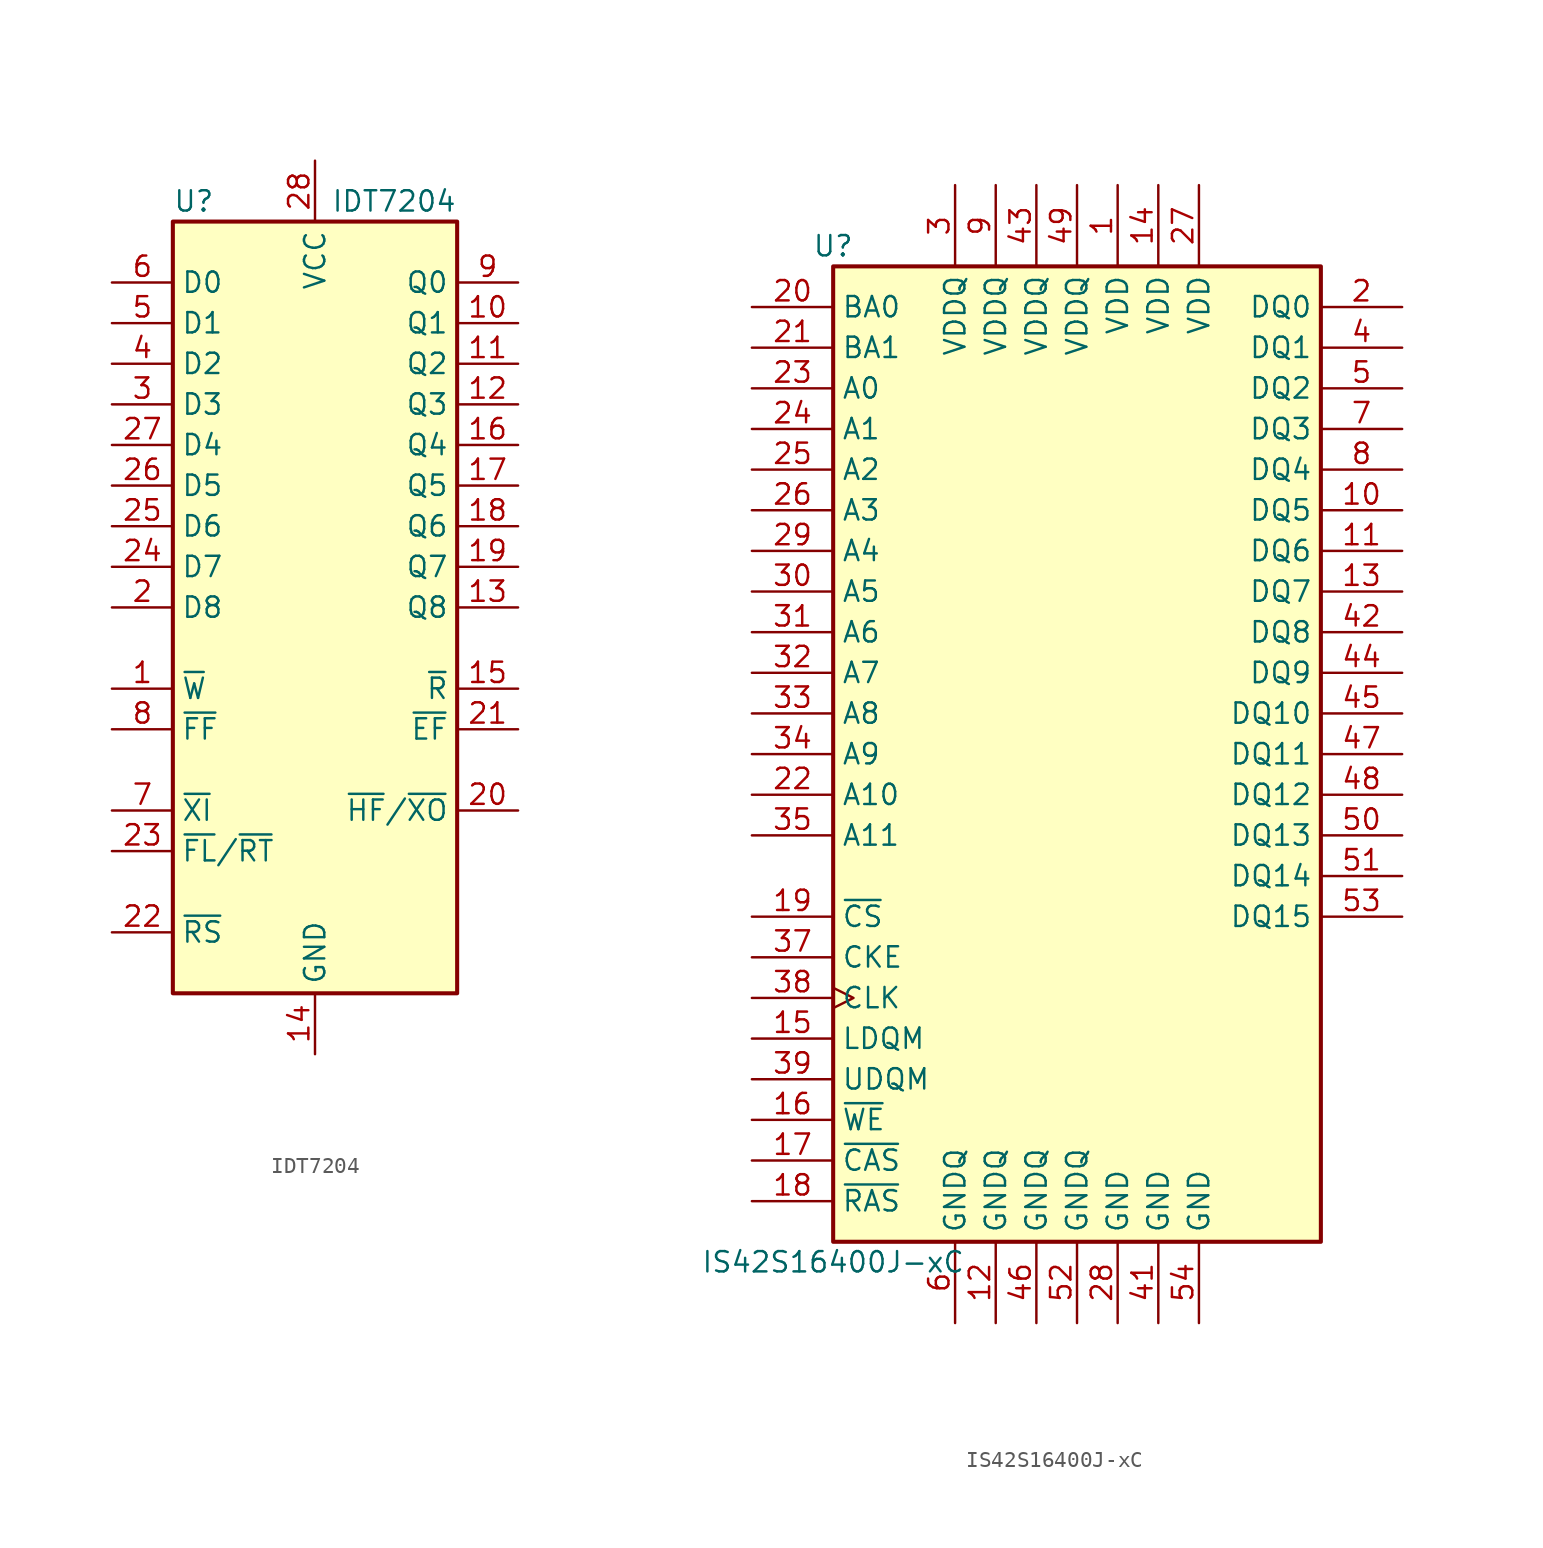
<source format=kicad_sym>
(kicad_symbol_lib
  (version 20201005)
  (generator kicad_symbol_editor)
  (symbol "IDT7204"
    (property "Reference" "U"
      (at -8.89 25.4 0)
      (effects (font (size 1.27 1.27)) (justify left)))
    (property "Value" "IDT7204"
      (at 8.89 25.4 0)
      (effects (font (size 1.27 1.27)) (justify right)))
    (symbol "IDT7204_0_1"
      (rectangle (start -8.89 24.13) (end 8.89 -24.13) (stroke (width 0.254)) (fill (type background)))
      (pin input line (at -12.7 -5.08 0) (length 3.81) (name "~W~" (effects (font (size 1.27 1.27)))) (number "1" (effects (font (size 1.27 1.27)))))
      (pin output line (at 12.7 17.78 180) (length 3.81) (name "Q1" (effects (font (size 1.27 1.27)))) (number "10" (effects (font (size 1.27 1.27)))))
      (pin output line (at 12.7 15.24 180) (length 3.81) (name "Q2" (effects (font (size 1.27 1.27)))) (number "11" (effects (font (size 1.27 1.27)))))
      (pin output line (at 12.7 12.7 180) (length 3.81) (name "Q3" (effects (font (size 1.27 1.27)))) (number "12" (effects (font (size 1.27 1.27)))))
      (pin output line (at 12.7 0 180) (length 3.81) (name "Q8" (effects (font (size 1.27 1.27)))) (number "13" (effects (font (size 1.27 1.27)))))
      (pin power_in line (at 0 -27.94 90) (length 3.81) (name "GND" (effects (font (size 1.27 1.27)))) (number "14" (effects (font (size 1.27 1.27)))))
      (pin input line (at 12.7 -5.08 180) (length 3.81) (name "~R~" (effects (font (size 1.27 1.27)))) (number "15" (effects (font (size 1.27 1.27)))))
      (pin output line (at 12.7 10.16 180) (length 3.81) (name "Q4" (effects (font (size 1.27 1.27)))) (number "16" (effects (font (size 1.27 1.27)))))
      (pin output line (at 12.7 7.62 180) (length 3.81) (name "Q5" (effects (font (size 1.27 1.27)))) (number "17" (effects (font (size 1.27 1.27)))))
      (pin output line (at 12.7 5.08 180) (length 3.81) (name "Q6" (effects (font (size 1.27 1.27)))) (number "18" (effects (font (size 1.27 1.27)))))
      (pin output line (at 12.7 2.54 180) (length 3.81) (name "Q7" (effects (font (size 1.27 1.27)))) (number "19" (effects (font (size 1.27 1.27)))))
      (pin input line (at -12.7 0 0) (length 3.81) (name "D8" (effects (font (size 1.27 1.27)))) (number "2" (effects (font (size 1.27 1.27)))))
      (pin output line (at 12.7 -12.7 180) (length 3.81) (name "~HF~/~XO~" (effects (font (size 1.27 1.27)))) (number "20" (effects (font (size 1.27 1.27)))))
      (pin output line (at 12.7 -7.62 180) (length 3.81) (name "~EF~" (effects (font (size 1.27 1.27)))) (number "21" (effects (font (size 1.27 1.27)))))
      (pin input line (at -12.7 -20.32 0) (length 3.81) (name "~RS~" (effects (font (size 1.27 1.27)))) (number "22" (effects (font (size 1.27 1.27)))))
      (pin input line (at -12.7 -15.24 0) (length 3.81) (name "~FL~/~RT~" (effects (font (size 1.27 1.27)))) (number "23" (effects (font (size 1.27 1.27)))))
      (pin input line (at -12.7 2.54 0) (length 3.81) (name "D7" (effects (font (size 1.27 1.27)))) (number "24" (effects (font (size 1.27 1.27)))))
      (pin input line (at -12.7 5.08 0) (length 3.81) (name "D6" (effects (font (size 1.27 1.27)))) (number "25" (effects (font (size 1.27 1.27)))))
      (pin input line (at -12.7 7.62 0) (length 3.81) (name "D5" (effects (font (size 1.27 1.27)))) (number "26" (effects (font (size 1.27 1.27)))))
      (pin input line (at -12.7 10.16 0) (length 3.81) (name "D4" (effects (font (size 1.27 1.27)))) (number "27" (effects (font (size 1.27 1.27)))))
      (pin power_in line (at 0 27.94 270) (length 3.81) (name "VCC" (effects (font (size 1.27 1.27)))) (number "28" (effects (font (size 1.27 1.27)))))
      (pin input line (at -12.7 12.7 0) (length 3.81) (name "D3" (effects (font (size 1.27 1.27)))) (number "3" (effects (font (size 1.27 1.27)))))
      (pin input line (at -12.7 15.24 0) (length 3.81) (name "D2" (effects (font (size 1.27 1.27)))) (number "4" (effects (font (size 1.27 1.27)))))
      (pin input line (at -12.7 17.78 0) (length 3.81) (name "D1" (effects (font (size 1.27 1.27)))) (number "5" (effects (font (size 1.27 1.27)))))
      (pin input line (at -12.7 20.32 0) (length 3.81) (name "D0" (effects (font (size 1.27 1.27)))) (number "6" (effects (font (size 1.27 1.27)))))
      (pin input line (at -12.7 -12.7 0) (length 3.81) (name "~XI~" (effects (font (size 1.27 1.27)))) (number "7" (effects (font (size 1.27 1.27)))))
      (pin output line (at -12.7 -7.62 0) (length 3.81) (name "~FF~" (effects (font (size 1.27 1.27)))) (number "8" (effects (font (size 1.27 1.27)))))
      (pin output line (at 12.7 20.32 180) (length 3.81) (name "Q0" (effects (font (size 1.27 1.27)))) (number "9" (effects (font (size 1.27 1.27)))))))
  (symbol "IS42S16400J-xC"
    (property "Reference" "U"
      (at -15.24 31.75 0)
      (effects (font (size 1.27 1.27))))
    (property "Value" "IS42S16400J-xC"
      (at -15.24 -31.75 0)
      (effects (font (size 1.27 1.27))))
    (symbol "IS42S16400J-xC_1_1"
      (rectangle (start -15.24 30.48) (end 15.24 -30.48) (stroke (width 0.254)) (fill (type background)))
      (pin power_in line (at 2.54 35.56 270) (length 5.08) (name "VDD" (effects (font (size 1.27 1.27)))) (number "1" (effects (font (size 1.27 1.27)))))
      (pin bidirectional line (at 20.32 15.24 180) (length 5.08) (name "DQ5" (effects (font (size 1.27 1.27)))) (number "10" (effects (font (size 1.27 1.27)))))
      (pin bidirectional line (at 20.32 12.7 180) (length 5.08) (name "DQ6" (effects (font (size 1.27 1.27)))) (number "11" (effects (font (size 1.27 1.27)))))
      (pin power_in line (at -5.08 -35.56 90) (length 5.08) (name "GNDQ" (effects (font (size 1.27 1.27)))) (number "12" (effects (font (size 1.27 1.27)))))
      (pin bidirectional line (at 20.32 10.16 180) (length 5.08) (name "DQ7" (effects (font (size 1.27 1.27)))) (number "13" (effects (font (size 1.27 1.27)))))
      (pin power_in line (at 5.08 35.56 270) (length 5.08) (name "VDD" (effects (font (size 1.27 1.27)))) (number "14" (effects (font (size 1.27 1.27)))))
      (pin input line (at -20.32 -17.78 0) (length 5.08) (name "LDQM" (effects (font (size 1.27 1.27)))) (number "15" (effects (font (size 1.27 1.27)))))
      (pin input line (at -20.32 -22.86 0) (length 5.08) (name "~WE" (effects (font (size 1.27 1.27)))) (number "16" (effects (font (size 1.27 1.27)))))
      (pin input line (at -20.32 -25.4 0) (length 5.08) (name "~CAS" (effects (font (size 1.27 1.27)))) (number "17" (effects (font (size 1.27 1.27)))))
      (pin input line (at -20.32 -27.94 0) (length 5.08) (name "~RAS" (effects (font (size 1.27 1.27)))) (number "18" (effects (font (size 1.27 1.27)))))
      (pin input line (at -20.32 -10.16 0) (length 5.08) (name "~CS" (effects (font (size 1.27 1.27)))) (number "19" (effects (font (size 1.27 1.27)))))
      (pin bidirectional line (at 20.32 27.94 180) (length 5.08) (name "DQ0" (effects (font (size 1.27 1.27)))) (number "2" (effects (font (size 1.27 1.27)))))
      (pin input line (at -20.32 27.94 0) (length 5.08) (name "BA0" (effects (font (size 1.27 1.27)))) (number "20" (effects (font (size 1.27 1.27)))))
      (pin input line (at -20.32 25.4 0) (length 5.08) (name "BA1" (effects (font (size 1.27 1.27)))) (number "21" (effects (font (size 1.27 1.27)))))
      (pin input line (at -20.32 -2.54 0) (length 5.08) (name "A10" (effects (font (size 1.27 1.27)))) (number "22" (effects (font (size 1.27 1.27)))))
      (pin input line (at -20.32 22.86 0) (length 5.08) (name "A0" (effects (font (size 1.27 1.27)))) (number "23" (effects (font (size 1.27 1.27)))))
      (pin input line (at -20.32 20.32 0) (length 5.08) (name "A1" (effects (font (size 1.27 1.27)))) (number "24" (effects (font (size 1.27 1.27)))))
      (pin input line (at -20.32 17.78 0) (length 5.08) (name "A2" (effects (font (size 1.27 1.27)))) (number "25" (effects (font (size 1.27 1.27)))))
      (pin input line (at -20.32 15.24 0) (length 5.08) (name "A3" (effects (font (size 1.27 1.27)))) (number "26" (effects (font (size 1.27 1.27)))))
      (pin power_in line (at 7.62 35.56 270) (length 5.08) (name "VDD" (effects (font (size 1.27 1.27)))) (number "27" (effects (font (size 1.27 1.27)))))
      (pin power_in line (at 2.54 -35.56 90) (length 5.08) (name "GND" (effects (font (size 1.27 1.27)))) (number "28" (effects (font (size 1.27 1.27)))))
      (pin input line (at -20.32 12.7 0) (length 5.08) (name "A4" (effects (font (size 1.27 1.27)))) (number "29" (effects (font (size 1.27 1.27)))))
      (pin power_in line (at -7.62 35.56 270) (length 5.08) (name "VDDQ" (effects (font (size 1.27 1.27)))) (number "3" (effects (font (size 1.27 1.27)))))
      (pin input line (at -20.32 10.16 0) (length 5.08) (name "A5" (effects (font (size 1.27 1.27)))) (number "30" (effects (font (size 1.27 1.27)))))
      (pin input line (at -20.32 7.62 0) (length 5.08) (name "A6" (effects (font (size 1.27 1.27)))) (number "31" (effects (font (size 1.27 1.27)))))
      (pin input line (at -20.32 5.08 0) (length 5.08) (name "A7" (effects (font (size 1.27 1.27)))) (number "32" (effects (font (size 1.27 1.27)))))
      (pin input line (at -20.32 2.54 0) (length 5.08) (name "A8" (effects (font (size 1.27 1.27)))) (number "33" (effects (font (size 1.27 1.27)))))
      (pin input line (at -20.32 0 0) (length 5.08) (name "A9" (effects (font (size 1.27 1.27)))) (number "34" (effects (font (size 1.27 1.27)))))
      (pin input line (at -20.32 -5.08 0) (length 5.08) (name "A11" (effects (font (size 1.27 1.27)))) (number "35" (effects (font (size 1.27 1.27)))))
      (pin no_connect line (at 15.24 -17.78 180) (length 5.08) hide (name "NC" (effects (font (size 1.27 1.27)))) (number "36" (effects (font (size 1.27 1.27)))))
      (pin input line (at -20.32 -12.7 0) (length 5.08) (name "CKE" (effects (font (size 1.27 1.27)))) (number "37" (effects (font (size 1.27 1.27)))))
      (pin input clock (at -20.32 -15.24 0) (length 5.08) (name "CLK" (effects (font (size 1.27 1.27)))) (number "38" (effects (font (size 1.27 1.27)))))
      (pin input line (at -20.32 -20.32 0) (length 5.08) (name "UDQM" (effects (font (size 1.27 1.27)))) (number "39" (effects (font (size 1.27 1.27)))))
      (pin bidirectional line (at 20.32 25.4 180) (length 5.08) (name "DQ1" (effects (font (size 1.27 1.27)))) (number "4" (effects (font (size 1.27 1.27)))))
      (pin no_connect line (at 15.24 -20.32 180) (length 5.08) hide (name "NC" (effects (font (size 1.27 1.27)))) (number "40" (effects (font (size 1.27 1.27)))))
      (pin power_in line (at 5.08 -35.56 90) (length 5.08) (name "GND" (effects (font (size 1.27 1.27)))) (number "41" (effects (font (size 1.27 1.27)))))
      (pin bidirectional line (at 20.32 7.62 180) (length 5.08) (name "DQ8" (effects (font (size 1.27 1.27)))) (number "42" (effects (font (size 1.27 1.27)))))
      (pin power_in line (at -2.54 35.56 270) (length 5.08) (name "VDDQ" (effects (font (size 1.27 1.27)))) (number "43" (effects (font (size 1.27 1.27)))))
      (pin bidirectional line (at 20.32 5.08 180) (length 5.08) (name "DQ9" (effects (font (size 1.27 1.27)))) (number "44" (effects (font (size 1.27 1.27)))))
      (pin bidirectional line (at 20.32 2.54 180) (length 5.08) (name "DQ10" (effects (font (size 1.27 1.27)))) (number "45" (effects (font (size 1.27 1.27)))))
      (pin power_in line (at -2.54 -35.56 90) (length 5.08) (name "GNDQ" (effects (font (size 1.27 1.27)))) (number "46" (effects (font (size 1.27 1.27)))))
      (pin bidirectional line (at 20.32 0 180) (length 5.08) (name "DQ11" (effects (font (size 1.27 1.27)))) (number "47" (effects (font (size 1.27 1.27)))))
      (pin bidirectional line (at 20.32 -2.54 180) (length 5.08) (name "DQ12" (effects (font (size 1.27 1.27)))) (number "48" (effects (font (size 1.27 1.27)))))
      (pin power_in line (at 0 35.56 270) (length 5.08) (name "VDDQ" (effects (font (size 1.27 1.27)))) (number "49" (effects (font (size 1.27 1.27)))))
      (pin bidirectional line (at 20.32 22.86 180) (length 5.08) (name "DQ2" (effects (font (size 1.27 1.27)))) (number "5" (effects (font (size 1.27 1.27)))))
      (pin bidirectional line (at 20.32 -5.08 180) (length 5.08) (name "DQ13" (effects (font (size 1.27 1.27)))) (number "50" (effects (font (size 1.27 1.27)))))
      (pin bidirectional line (at 20.32 -7.62 180) (length 5.08) (name "DQ14" (effects (font (size 1.27 1.27)))) (number "51" (effects (font (size 1.27 1.27)))))
      (pin power_in line (at 0 -35.56 90) (length 5.08) (name "GNDQ" (effects (font (size 1.27 1.27)))) (number "52" (effects (font (size 1.27 1.27)))))
      (pin bidirectional line (at 20.32 -10.16 180) (length 5.08) (name "DQ15" (effects (font (size 1.27 1.27)))) (number "53" (effects (font (size 1.27 1.27)))))
      (pin power_in line (at 7.62 -35.56 90) (length 5.08) (name "GND" (effects (font (size 1.27 1.27)))) (number "54" (effects (font (size 1.27 1.27)))))
      (pin power_in line (at -7.62 -35.56 90) (length 5.08) (name "GNDQ" (effects (font (size 1.27 1.27)))) (number "6" (effects (font (size 1.27 1.27)))))
      (pin bidirectional line (at 20.32 20.32 180) (length 5.08) (name "DQ3" (effects (font (size 1.27 1.27)))) (number "7" (effects (font (size 1.27 1.27)))))
      (pin bidirectional line (at 20.32 17.78 180) (length 5.08) (name "DQ4" (effects (font (size 1.27 1.27)))) (number "8" (effects (font (size 1.27 1.27)))))
      (pin power_in line (at -5.08 35.56 270) (length 5.08) (name "VDDQ" (effects (font (size 1.27 1.27)))) (number "9" (effects (font (size 1.27 1.27))))))))
</source>
